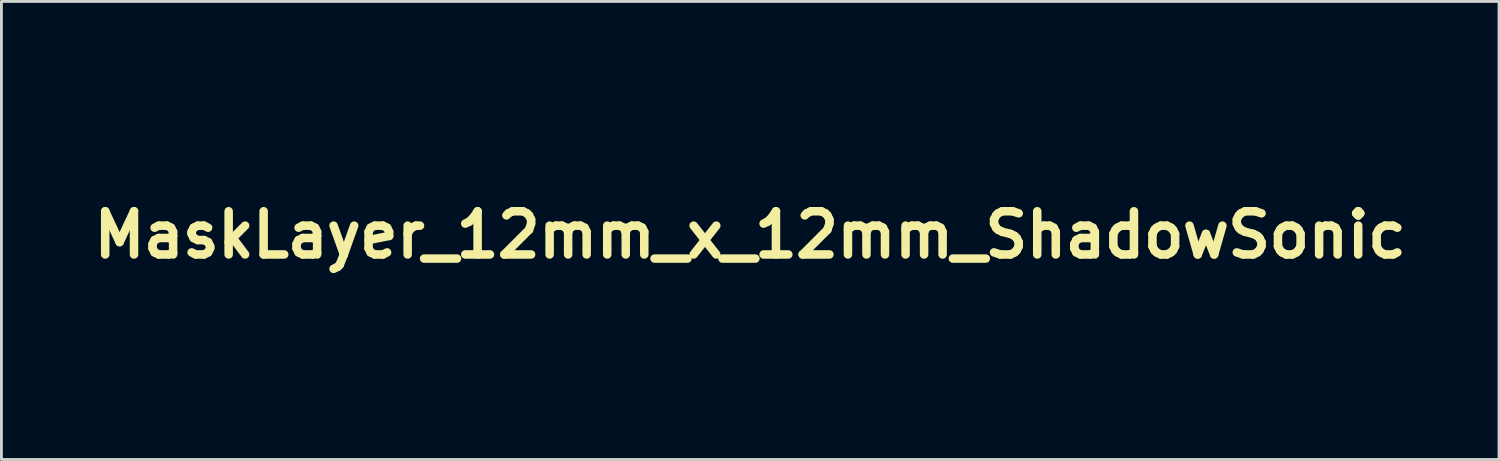
<source format=kicad_pcb>
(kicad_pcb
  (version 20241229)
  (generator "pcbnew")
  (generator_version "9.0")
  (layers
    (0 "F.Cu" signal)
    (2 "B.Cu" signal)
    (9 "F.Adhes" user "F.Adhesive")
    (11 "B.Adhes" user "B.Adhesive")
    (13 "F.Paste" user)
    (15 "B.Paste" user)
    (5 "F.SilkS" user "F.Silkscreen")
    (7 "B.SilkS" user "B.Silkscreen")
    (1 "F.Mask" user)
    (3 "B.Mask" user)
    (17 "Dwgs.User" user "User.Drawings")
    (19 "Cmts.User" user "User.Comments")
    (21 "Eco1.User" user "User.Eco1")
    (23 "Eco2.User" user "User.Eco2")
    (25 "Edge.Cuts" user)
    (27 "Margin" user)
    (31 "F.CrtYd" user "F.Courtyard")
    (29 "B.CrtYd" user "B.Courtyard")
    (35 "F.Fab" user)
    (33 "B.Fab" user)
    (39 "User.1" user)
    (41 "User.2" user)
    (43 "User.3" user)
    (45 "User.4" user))
  (footprint "MaskLayer_12mm_x_12mm_ShadowSonic"
    (layer "F.Cu")
    (at 23.412 5.236)
    (property "Reference" "MaskLayer_12mm_x_12mm_ShadowSonic" (at 0 0 0) (layer "F.SilkS") (effects (font (size 1.524 1.524) (thickness 0.3))))
    (attr through_hole)
    (fp_poly (pts (xy -0.349 -1.064) (xy -0.365 -1.048) (xy -0.381 -1.064) (xy -0.365 -1.079) (xy -0.349 -1.064)) (stroke (width 0.01) (type solid)) (fill yes) (layer "F.Mask"))
    (fp_poly (pts (xy -0.349 0.27) (xy -0.365 0.286) (xy -0.381 0.27) (xy -0.365 0.254) (xy -0.349 0.27)) (stroke (width 0.01) (type solid)) (fill yes) (layer "F.Mask"))
    (fp_poly (pts (xy 0.635 1.54) (xy 0.619 1.556) (xy 0.603 1.54) (xy 0.619 1.524) (xy 0.635 1.54)) (stroke (width 0.01) (type solid)) (fill yes) (layer "F.Mask"))
    (fp_poly (pts (xy -0.677 -0.243) (xy -0.674 -0.206) (xy -0.677 -0.201) (xy -0.696 -0.205) (xy -0.699 -0.222) (xy -0.687 -0.248) (xy -0.677 -0.243)) (stroke (width 0.01) (type solid)) (fill yes) (layer "F.Mask"))
    (fp_poly (pts (xy 0.344 1.283) (xy 0.378 1.315) (xy 0.371 1.333) (xy 0.367 1.333) (xy 0.34 1.311) (xy 0.33 1.297) (xy 0.327 1.275) (xy 0.344 1.283)) (stroke (width 0.01) (type solid)) (fill yes) (layer "F.Mask"))
    (fp_poly (pts (xy -0.516 -0.683) (xy -0.508 -0.667) (xy -0.513 -0.639) (xy -0.54 -0.647) (xy -0.572 -0.667) (xy -0.601 -0.691) (xy -0.571 -0.698) (xy -0.564 -0.698) (xy -0.516 -0.683)) (stroke (width 0.01) (type solid)) (fill yes) (layer "F.Mask"))
    (fp_poly (pts (xy -0.196 -1.135) (xy -0.151 -1.114) (xy -0.15 -1.089) (xy -0.169 -1.052) (xy -0.195 -1.065) (xy -0.221 -1.094) (xy -0.24 -1.128) (xy -0.205 -1.135) (xy -0.196 -1.135)) (stroke (width 0.01) (type solid)) (fill yes) (layer "F.Mask"))
    (fp_poly (pts (xy 0.507 -0.135) (xy 0.508 -0.127) (xy 0.484 -0.096) (xy 0.476 -0.095) (xy 0.445 -0.119) (xy 0.445 -0.127) (xy 0.469 -0.158) (xy 0.476 -0.159) (xy 0.507 -0.135)) (stroke (width 0.01) (type solid)) (fill yes) (layer "F.Mask"))
    (fp_poly (pts (xy -0.764 -1.278) (xy -0.765 -1.27) (xy -0.778 -1.202) (xy -0.794 -1.159) (xy -0.821 -1.095) (xy -0.823 -1.159) (xy -0.809 -1.237) (xy -0.794 -1.27) (xy -0.769 -1.302) (xy -0.764 -1.278)) (stroke (width 0.01) (type solid)) (fill yes) (layer "F.Mask"))
    (fp_poly (pts (xy -0.032 -0.832) (xy -0.02 -0.81) (xy -0.008 -0.77) (xy -0.009 -0.765) (xy -0.04 -0.777) (xy -0.056 -0.783) (xy -0.09 -0.814) (xy -0.09 -0.848) (xy -0.067 -0.857) (xy -0.032 -0.832)) (stroke (width 0.01) (type solid)) (fill yes) (layer "F.Mask"))
    (fp_poly (pts (xy -3.207 3.61) (xy -3.155 3.635) (xy -3.143 3.655) (xy -3.15 3.68) (xy -3.151 3.679) (xy -3.184 3.669) (xy -3.215 3.661) (xy -3.262 3.636) (xy -3.27 3.62) (xy -3.245 3.606) (xy -3.207 3.61)) (stroke (width 0.01) (type solid)) (fill yes) (layer "F.Mask"))
    (fp_poly (pts (xy -0.191 0.531) (xy -0.162 0.562) (xy -0.171 0.595) (xy -0.188 0.588) (xy -0.191 0.569) (xy -0.197 0.54) (xy -0.219 0.567) (xy -0.251 0.59) (xy -0.266 0.578) (xy -0.259 0.542) (xy -0.239 0.529) (xy -0.191 0.531)) (stroke (width 0.01) (type solid)) (fill yes) (layer "F.Mask"))
    (fp_poly (pts (xy -0.132 -0.705) (xy -0.085 -0.68) (xy -0.053 -0.685) (xy -0.009 -0.688) (xy 0 -0.674) (xy -0.026 -0.643) (xy -0.082 -0.622) (xy -0.132 -0.622) (xy -0.141 -0.628) (xy -0.157 -0.672) (xy -0.158 -0.696) (xy -0.151 -0.727) (xy -0.132 -0.705)) (stroke (width 0.01) (type solid)) (fill yes) (layer "F.Mask"))
    (fp_poly (pts (xy -0.485 -0.59) (xy -0.481 -0.556) (xy -0.514 -0.529) (xy -0.557 -0.529) (xy -0.597 -0.527) (xy -0.603 -0.511) (xy -0.625 -0.478) (xy -0.635 -0.476) (xy -0.666 -0.501) (xy -0.667 -0.509) (xy -0.641 -0.54) (xy -0.583 -0.573) (xy -0.521 -0.593) (xy -0.485 -0.59)) (stroke (width 0.01) (type solid)) (fill yes) (layer "F.Mask"))
    (fp_poly (pts (xy -2.754 3.961) (xy -2.682 4.023) (xy -2.611 4.106) (xy -2.554 4.195) (xy -2.522 4.274) (xy -2.526 4.321) (xy -2.559 4.347) (xy -2.609 4.332) (xy -2.679 4.283) (xy -2.752 4.21) (xy -2.81 4.126) (xy -2.846 4.043) (xy -2.855 3.976) (xy -2.833 3.94) (xy -2.816 3.937) (xy -2.754 3.961)) (stroke (width 0.01) (type solid)) (fill yes) (layer "F.Mask"))
    (fp_poly (pts (xy -0.126 -0.248) (xy -0.102 -0.232) (xy -0.026 -0.154) (xy 0.057 -0.038) (xy 0.133 0.094) (xy 0.19 0.219) (xy 0.212 0.296) (xy 0.22 0.373) (xy 0.206 0.406) (xy 0.163 0.413) (xy 0.103 0.391) (xy 0.025 0.334) (xy -0.017 0.294) (xy -0.095 0.197) (xy -0.171 0.08) (xy -0.235 -0.039) (xy -0.276 -0.141) (xy -0.286 -0.193) (xy -0.262 -0.25) (xy -0.203 -0.27) (xy -0.126 -0.248)) (stroke (width 0.01) (type solid)) (fill yes) (layer "F.Mask"))
    (fp_poly (pts (xy -3.321 3.562) (xy -3.31 3.627) (xy -3.314 3.655) (xy -3.318 3.722) (xy -3.299 3.747) (xy -3.283 3.726) (xy -3.289 3.709) (xy -3.291 3.686) (xy -3.257 3.693) (xy -3.2 3.712) (xy -3.18 3.715) (xy -3.183 3.729) (xy -3.204 3.744) (xy -3.246 3.797) (xy -3.26 3.865) (xy -3.241 3.919) (xy -3.233 3.924) (xy -3.212 3.928) (xy -3.219 3.91) (xy -3.224 3.856) (xy -3.209 3.818) (xy -3.187 3.79) (xy -3.178 3.813) (xy -3.176 3.864) (xy -3.186 3.949) (xy -3.214 3.985) (xy -3.252 3.965) (xy -3.27 3.937) (xy -3.29 3.874) (xy -3.286 3.841) (xy -3.288 3.812) (xy -3.299 3.81) (xy -3.326 3.783) (xy -3.356 3.717) (xy -3.382 3.638) (xy -3.385 3.619) (xy -3.365 3.619) (xy -3.354 3.646) (xy -3.344 3.641) (xy -3.341 3.603) (xy -3.344 3.598) (xy -3.363 3.603) (xy -3.365 3.619) (xy -3.385 3.619) (xy -3.394 3.569) (xy -3.389 3.537) (xy -3.35 3.526) (xy -3.321 3.562)) (stroke (width 0.01) (type solid)) (fill yes) (layer "F.Mask"))
    (fp_poly (pts (xy -4.698 2.498) (xy -4.626 2.556) (xy -4.525 2.645) (xy -4.401 2.758) (xy -4.263 2.888) (xy -4.261 2.89) (xy -4.121 3.022) (xy -3.992 3.138) (xy -3.883 3.232) (xy -3.803 3.295) (xy -3.76 3.321) (xy -3.716 3.345) (xy -3.684 3.401) (xy -3.656 3.503) (xy -3.651 3.527) (xy -3.576 3.754) (xy -3.446 3.994) (xy -3.268 4.24) (xy -3.047 4.481) (xy -2.929 4.594) (xy -2.818 4.694) (xy -2.727 4.772) (xy -2.67 4.813) (xy -2.599 4.864) (xy -2.572 4.901) (xy -2.594 4.918) (xy -2.611 4.917) (xy -2.664 4.91) (xy -2.755 4.897) (xy -2.81 4.888) (xy -2.942 4.872) (xy -3.081 4.862) (xy -3.119 4.861) (xy -3.201 4.854) (xy -3.27 4.834) (xy -3.344 4.789) (xy -3.441 4.712) (xy -3.466 4.691) (xy -3.637 4.529) (xy -3.815 4.33) (xy -3.993 4.105) (xy -4.166 3.862) (xy -4.328 3.611) (xy -4.473 3.363) (xy -4.594 3.126) (xy -4.685 2.91) (xy -4.741 2.725) (xy -4.754 2.649) (xy -4.76 2.542) (xy -4.751 2.488) (xy -4.732 2.477) (xy -4.698 2.498)) (stroke (width 0.01) (type solid)) (fill yes) (layer "F.Mask"))
    (fp_poly (pts (xy 0.753 0.187) (xy 0.781 0.259) (xy 0.808 0.356) (xy 0.829 0.46) (xy 0.835 0.5) (xy 0.836 0.57) (xy 0.822 0.603) (xy 0.82 0.603) (xy 0.795 0.578) (xy 0.794 0.566) (xy 0.782 0.543) (xy 0.775 0.548) (xy 0.778 0.584) (xy 0.809 0.646) (xy 0.81 0.647) (xy 0.844 0.716) (xy 0.85 0.767) (xy 0.83 0.764) (xy 0.793 0.715) (xy 0.764 0.664) (xy 0.727 0.576) (xy 0.703 0.492) (xy 0.73 0.492) (xy 0.746 0.508) (xy 0.762 0.492) (xy 0.746 0.476) (xy 0.73 0.492) (xy 0.703 0.492) (xy 0.699 0.477) (xy 0.683 0.384) (xy 0.683 0.363) (xy 0.73 0.363) (xy 0.747 0.407) (xy 0.762 0.413) (xy 0.793 0.39) (xy 0.794 0.383) (xy 0.771 0.34) (xy 0.762 0.333) (xy 0.735 0.341) (xy 0.73 0.363) (xy 0.683 0.363) (xy 0.681 0.312) (xy 0.695 0.276) (xy 0.712 0.278) (xy 0.724 0.275) (xy 0.707 0.249) (xy 0.69 0.206) (xy 0.699 0.206) (xy 0.714 0.222) (xy 0.73 0.206) (xy 0.714 0.191) (xy 0.699 0.206) (xy 0.69 0.206) (xy 0.685 0.195) (xy 0.711 0.162) (xy 0.73 0.159) (xy 0.753 0.187)) (stroke (width 0.01) (type solid)) (fill yes) (layer "F.Mask"))
    (fp_poly (pts (xy -2.46 3.898) (xy -2.394 3.928) (xy -2.34 3.963) (xy -2.331 3.972) (xy -2.271 4.018) (xy -2.227 4.032) (xy -2.201 4.025) (xy -2.227 3.995) (xy -2.24 3.985) (xy -2.282 3.951) (xy -2.272 3.948) (xy -2.236 3.961) (xy -2.176 3.999) (xy -2.1 4.066) (xy -2.068 4.101) (xy -2.003 4.189) (xy -2.001 4.193) (xy -2.019 4.203) (xy -2.04 4.218) (xy -2.074 4.266) (xy -2.069 4.307) (xy -2.041 4.318) (xy -2.038 4.302) (xy -2.042 4.297) (xy -2.043 4.259) (xy -2.024 4.226) (xy -2.001 4.194) (xy -1.981 4.257) (xy -1.986 4.295) (xy -1.987 4.363) (xy -1.95 4.394) (xy -1.915 4.402) (xy -1.93 4.374) (xy -1.93 4.373) (xy -1.947 4.314) (xy -1.938 4.289) (xy -1.914 4.268) (xy -1.893 4.306) (xy -1.892 4.309) (xy -1.885 4.38) (xy -1.9 4.445) (xy -1.931 4.476) (xy -1.935 4.477) (xy -1.964 4.454) (xy -2.021 4.392) (xy -2.097 4.304) (xy -2.128 4.267) (xy -2.224 4.157) (xy -2.269 4.111) (xy -2.172 4.111) (xy -2.172 4.143) (xy -2.169 4.157) (xy -2.149 4.214) (xy -2.127 4.214) (xy -2.114 4.195) (xy -2.12 4.154) (xy -2.141 4.129) (xy -2.172 4.111) (xy -2.269 4.111) (xy -2.323 4.057) (xy -2.406 3.986) (xy -2.419 3.977) (xy -2.491 3.928) (xy -2.534 3.896) (xy -2.54 3.89) (xy -2.516 3.882) (xy -2.46 3.898)) (stroke (width 0.01) (type solid)) (fill yes) (layer "F.Mask"))
    (fp_poly (pts (xy 3.803 -0.692) (xy 4.054 -0.606) (xy 4.099 -0.585) (xy 4.277 -0.469) (xy 4.397 -0.325) (xy 4.462 -0.152) (xy 4.471 0.052) (xy 4.468 0.084) (xy 4.45 0.196) (xy 4.417 0.254) (xy 4.357 0.265) (xy 4.258 0.236) (xy 4.226 0.224) (xy 4.069 0.182) (xy 3.879 0.163) (xy 3.684 0.167) (xy 3.54 0.188) (xy 3.489 0.202) (xy 3.485 0.212) (xy 3.534 0.223) (xy 3.602 0.235) (xy 3.771 0.272) (xy 3.936 0.328) (xy 4.078 0.393) (xy 4.178 0.46) (xy 4.185 0.467) (xy 4.234 0.528) (xy 4.251 0.594) (xy 4.246 0.688) (xy 4.221 0.815) (xy 4.174 0.887) (xy 4.098 0.91) (xy 3.995 0.895) (xy 3.883 0.879) (xy 3.747 0.875) (xy 3.671 0.879) (xy 3.484 0.899) (xy 3.576 0.945) (xy 3.703 1.027) (xy 3.794 1.122) (xy 3.839 1.216) (xy 3.842 1.242) (xy 3.834 1.343) (xy 3.802 1.4) (xy 3.732 1.424) (xy 3.637 1.429) (xy 3.54 1.432) (xy 3.471 1.441) (xy 3.452 1.448) (xy 3.461 1.479) (xy 3.506 1.53) (xy 3.517 1.539) (xy 3.561 1.586) (xy 3.578 1.635) (xy 3.562 1.694) (xy 3.511 1.773) (xy 3.421 1.881) (xy 3.335 1.976) (xy 3.252 2.06) (xy 3.144 2.16) (xy 3.021 2.266) (xy 2.895 2.371) (xy 2.775 2.465) (xy 2.673 2.541) (xy 2.598 2.59) (xy 2.565 2.603) (xy 2.569 2.577) (xy 2.596 2.506) (xy 2.641 2.401) (xy 2.684 2.31) (xy 2.83 1.949) (xy 2.947 1.537) (xy 3.032 1.095) (xy 3.065 0.834) (xy 3.076 0.619) (xy 3.063 0.436) (xy 3.023 0.27) (xy 2.956 0.107) (xy 2.859 -0.064) (xy 2.733 -0.27) (xy 2.88 -0.407) (xy 3.096 -0.572) (xy 3.323 -0.675) (xy 3.559 -0.715) (xy 3.803 -0.692)) (stroke (width 0.01) (type solid)) (fill yes) (layer "F.Mask"))
    (fp_poly (pts (xy -1.229 -5.18) (xy -0.987 -5.068) (xy -0.751 -4.897) (xy -0.524 -4.672) (xy -0.307 -4.393) (xy -0.104 -4.063) (xy 0.084 -3.686) (xy 0.185 -3.445) (xy 0.283 -3.193) (xy 0.368 -2.96) (xy 0.445 -2.734) (xy 0.516 -2.504) (xy 0.586 -2.256) (xy 0.658 -1.98) (xy 0.736 -1.662) (xy 0.802 -1.381) (xy 0.85 -1.172) (xy 0.885 -1.008) (xy 0.909 -0.873) (xy 0.923 -0.75) (xy 0.931 -0.622) (xy 0.935 -0.473) (xy 0.935 -0.326) (xy 0.933 -0.121) (xy 0.926 0.037) (xy 0.916 0.143) (xy 0.901 0.191) (xy 0.901 0.191) (xy 0.875 0.189) (xy 0.833 0.14) (xy 0.773 0.04) (xy 0.715 -0.07) (xy 0.484 -0.503) (xy 0.269 -0.876) (xy 0.069 -1.188) (xy -0.118 -1.441) (xy -0.291 -1.634) (xy -0.451 -1.769) (xy -0.598 -1.847) (xy -0.734 -1.867) (xy -0.859 -1.83) (xy -0.974 -1.738) (xy -0.98 -1.73) (xy -1.06 -1.617) (xy -1.113 -1.483) (xy -1.145 -1.315) (xy -1.157 -1.1) (xy -1.158 -1.048) (xy -1.149 -0.822) (xy -1.119 -0.61) (xy -1.062 -0.398) (xy -0.975 -0.17) (xy -0.853 0.09) (xy -0.826 0.143) (xy -0.537 0.659) (xy -0.22 1.126) (xy 0.133 1.554) (xy 0.147 1.57) (xy 0.32 1.761) (xy 0.455 1.912) (xy 0.555 2.031) (xy 0.626 2.125) (xy 0.672 2.199) (xy 0.698 2.26) (xy 0.71 2.316) (xy 0.711 2.364) (xy 0.68 2.54) (xy 0.598 2.728) (xy 0.472 2.914) (xy 0.352 3.046) (xy 0.198 3.179) (xy 0.028 3.293) (xy -0.172 3.396) (xy -0.417 3.497) (xy -0.492 3.524) (xy -0.753 3.628) (xy -1.006 3.746) (xy -1.238 3.871) (xy -1.434 3.995) (xy -1.562 4.095) (xy -1.649 4.171) (xy -1.716 4.228) (xy -1.75 4.254) (xy -1.752 4.255) (xy -1.776 4.232) (xy -1.827 4.172) (xy -1.882 4.104) (xy -1.999 3.953) (xy -1.928 3.906) (xy -1.754 3.755) (xy -1.634 3.573) (xy -1.57 3.362) (xy -1.562 3.128) (xy -1.588 2.96) (xy -1.612 2.893) (xy -1.659 2.779) (xy -1.726 2.629) (xy -1.808 2.453) (xy -1.9 2.263) (xy -1.938 2.187) (xy -2.232 1.579) (xy -2.488 1.013) (xy -2.707 0.484) (xy -2.891 -0.015) (xy -3.041 -0.489) (xy -3.161 -0.944) (xy -3.252 -1.386) (xy -3.317 -1.821) (xy -3.318 -1.835) (xy -3.359 -2.366) (xy -3.353 -2.862) (xy -3.3 -3.323) (xy -3.202 -3.746) (xy -3.059 -4.13) (xy -2.872 -4.472) (xy -2.64 -4.77) (xy -2.529 -4.882) (xy -2.304 -5.052) (xy -2.048 -5.168) (xy -1.766 -5.228) (xy -1.474 -5.231) (xy -1.229 -5.18)) (stroke (width 0.01) (type solid)) (fill yes) (layer "F.Mask"))
    (fp_poly (pts (xy -3.067 3.697) (xy -3.077 3.703) (xy -3.094 3.742) (xy -3.092 3.801) (xy -3.093 3.892) (xy -3.115 3.976) (xy -3.136 4.048) (xy -3.12 4.096) (xy -3.097 4.122) (xy -3.058 4.157) (xy -3.057 4.144) (xy -3.074 4.11) (xy -3.09 4.041) (xy -3.081 4.002) (xy -3.054 3.993) (xy -3.01 4.03) (xy -2.943 4.115) (xy -2.886 4.202) (xy -2.853 4.27) (xy -2.849 4.301) (xy -2.851 4.317) (xy -2.842 4.31) (xy -2.799 4.307) (xy -2.773 4.322) (xy -2.747 4.364) (xy -2.767 4.403) (xy -2.787 4.451) (xy -2.763 4.486) (xy -2.734 4.506) (xy -2.739 4.474) (xy -2.741 4.469) (xy -2.746 4.422) (xy -2.712 4.422) (xy -2.644 4.47) (xy -2.632 4.48) (xy -2.56 4.539) (xy -2.465 4.612) (xy -2.422 4.643) (xy -2.35 4.703) (xy -2.31 4.752) (xy -2.307 4.771) (xy -2.299 4.787) (xy -2.258 4.78) (xy -2.204 4.775) (xy -2.191 4.792) (xy -2.215 4.823) (xy -2.279 4.822) (xy -2.372 4.791) (xy -2.48 4.733) (xy -2.505 4.717) (xy -2.642 4.619) (xy -2.761 4.526) (xy -2.688 4.526) (xy -2.673 4.567) (xy -2.662 4.572) (xy -2.651 4.562) (xy -2.603 4.562) (xy -2.581 4.596) (xy -2.526 4.65) (xy -2.46 4.707) (xy -2.4 4.75) (xy -2.372 4.762) (xy -2.376 4.744) (xy -2.418 4.7) (xy -2.435 4.684) (xy -2.523 4.607) (xy -2.574 4.565) (xy -2.597 4.552) (xy -2.603 4.559) (xy -2.603 4.562) (xy -2.651 4.562) (xy -2.636 4.548) (xy -2.635 4.542) (xy -2.658 4.498) (xy -2.662 4.496) (xy -2.685 4.506) (xy -2.688 4.526) (xy -2.761 4.526) (xy -2.766 4.522) (xy -2.865 4.435) (xy -2.887 4.411) (xy -2.85 4.411) (xy -2.845 4.413) (xy -2.816 4.391) (xy -2.81 4.381) (xy -2.802 4.352) (xy -2.806 4.35) (xy -2.835 4.372) (xy -2.842 4.381) (xy -2.85 4.411) (xy -2.887 4.411) (xy -2.929 4.366) (xy -2.921 4.366) (xy -2.905 4.381) (xy -2.889 4.366) (xy -2.905 4.35) (xy -2.921 4.366) (xy -2.929 4.366) (xy -2.93 4.365) (xy -2.952 4.324) (xy -2.972 4.299) (xy -2.988 4.304) (xy -3.006 4.305) (xy -2.992 4.27) (xy -2.921 4.27) (xy -2.905 4.286) (xy -2.889 4.27) (xy -2.905 4.255) (xy -2.921 4.27) (xy -2.992 4.27) (xy -2.987 4.258) (xy -2.973 4.193) (xy -2.984 4.122) (xy -3.013 4.073) (xy -3.034 4.064) (xy -3.034 4.087) (xy -3.014 4.131) (xy -2.991 4.2) (xy -3.006 4.229) (xy -3.05 4.217) (xy -3.11 4.163) (xy -3.125 4.143) (xy -3.177 4.068) (xy -3.191 4.021) (xy -3.172 3.981) (xy -3.17 3.978) (xy -3.141 3.912) (xy -3.127 3.821) (xy -3.127 3.816) (xy -3.117 3.736) (xy -3.09 3.697) (xy -3.087 3.696) (xy -3.067 3.697)) (stroke (width 0.01) (type solid)) (fill yes) (layer "F.Mask"))
    (fp_poly (pts (xy -0.001 0.596) (xy 0 0.604) (xy 0.021 0.659) (xy 0.077 0.746) (xy 0.159 0.853) (xy 0.256 0.967) (xy 0.359 1.077) (xy 0.454 1.167) (xy 0.563 1.242) (xy 0.667 1.269) (xy 0.685 1.27) (xy 0.797 1.27) (xy 0.791 1.556) (xy 0.787 1.692) (xy 0.78 1.773) (xy 0.768 1.81) (xy 0.75 1.812) (xy 0.741 1.806) (xy 0.694 1.784) (xy 0.676 1.79) (xy 0.682 1.821) (xy 0.713 1.853) (xy 0.754 1.898) (xy 0.758 1.927) (xy 0.732 1.922) (xy 0.675 1.879) (xy 0.598 1.807) (xy 0.583 1.792) (xy 0.483 1.688) (xy 0.426 1.623) (xy 0.412 1.593) (xy 0.493 1.593) (xy 0.496 1.629) (xy 0.534 1.684) (xy 0.537 1.687) (xy 0.584 1.745) (xy 0.603 1.784) (xy 0.615 1.81) (xy 0.616 1.81) (xy 0.624 1.783) (xy 0.624 1.73) (xy 0.608 1.671) (xy 0.582 1.651) (xy 0.579 1.649) (xy 0.671 1.649) (xy 0.672 1.713) (xy 0.704 1.756) (xy 0.706 1.757) (xy 0.745 1.773) (xy 0.749 1.775) (xy 0.751 1.748) (xy 0.754 1.672) (xy 0.756 1.563) (xy 0.757 1.54) (xy 0.756 1.426) (xy 0.748 1.342) (xy 0.736 1.303) (xy 0.734 1.302) (xy 0.72 1.33) (xy 0.719 1.401) (xy 0.722 1.44) (xy 0.725 1.539) (xy 0.708 1.596) (xy 0.702 1.601) (xy 0.671 1.649) (xy 0.579 1.649) (xy 0.539 1.626) (xy 0.531 1.611) (xy 0.505 1.588) (xy 0.493 1.593) (xy 0.412 1.593) (xy 0.409 1.587) (xy 0.43 1.573) (xy 0.487 1.573) (xy 0.525 1.576) (xy 0.612 1.581) (xy 0.654 1.569) (xy 0.666 1.535) (xy 0.667 1.514) (xy 0.646 1.454) (xy 0.595 1.44) (xy 0.53 1.472) (xy 0.506 1.495) (xy 0.445 1.537) (xy 0.401 1.544) (xy 0.342 1.516) (xy 0.278 1.461) (xy 0.228 1.397) (xy 0.222 1.383) (xy 0.26 1.383) (xy 0.293 1.43) (xy 0.351 1.458) (xy 0.372 1.46) (xy 0.426 1.455) (xy 0.426 1.431) (xy 0.413 1.413) (xy 0.391 1.373) (xy 0.409 1.365) (xy 0.44 1.339) (xy 0.445 1.316) (xy 0.45 1.284) (xy 0.479 1.292) (xy 0.515 1.316) (xy 0.593 1.357) (xy 0.648 1.361) (xy 0.667 1.332) (xy 0.647 1.314) (xy 0.631 1.32) (xy 0.586 1.323) (xy 0.576 1.314) (xy 0.532 1.273) (xy 0.475 1.241) (xy 0.428 1.229) (xy 0.413 1.24) (xy 0.388 1.26) (xy 0.349 1.254) (xy 0.298 1.246) (xy 0.29 1.273) (xy 0.319 1.336) (xy 0.335 1.386) (xy 0.319 1.397) (xy 0.288 1.372) (xy 0.286 1.36) (xy 0.275 1.336) (xy 0.269 1.34) (xy 0.26 1.383) (xy 0.222 1.383) (xy 0.206 1.343) (xy 0.21 1.328) (xy 0.213 1.307) (xy 0.199 1.312) (xy 0.16 1.304) (xy 0.115 1.255) (xy 0.074 1.189) (xy 0.069 1.161) (xy 0.1 1.154) (xy 0.111 1.154) (xy 0.153 1.176) (xy 0.159 1.196) (xy 0.179 1.235) (xy 0.193 1.238) (xy 0.216 1.213) (xy 0.215 1.183) (xy 0.183 1.137) (xy 0.156 1.13) (xy 0.121 1.111) (xy 0.108 1.042) (xy 0.108 1.024) (xy 0.091 0.927) (xy 0.088 0.922) (xy 0.128 0.922) (xy 0.148 0.978) (xy 0.198 1.051) (xy 0.261 1.121) (xy 0.319 1.167) (xy 0.342 1.174) (xy 0.348 1.156) (xy 0.314 1.109) (xy 0.292 1.085) (xy 0.223 1.011) (xy 0.17 0.944) (xy 0.165 0.934) (xy 0.137 0.897) (xy 0.128 0.917) (xy 0.128 0.922) (xy 0.088 0.922) (xy 0.054 0.874) (xy 0.01 0.831) (xy 0 0.809) (xy 0.02 0.809) (xy 0.064 0.841) (xy 0.111 0.877) (xy 0.124 0.87) (xy 0.103 0.827) (xy 0.052 0.757) (xy 0.03 0.731) (xy -0.039 0.643) (xy -0.061 0.591) (xy -0.04 0.572) (xy -0.032 0.572) (xy -0.001 0.596)) (stroke (width 0.01) (type solid)) (fill yes) (layer "F.Mask"))
    (fp_poly (pts (xy -0.447 -1.433) (xy -0.386 -1.406) (xy -0.312 -1.359) (xy -0.22 -1.285) (xy -0.124 -1.196) (xy -0.036 -1.106) (xy 0.03 -1.026) (xy 0.062 -0.97) (xy 0.064 -0.962) (xy 0.081 -0.924) (xy 0.092 -0.921) (xy 0.112 -0.894) (xy 0.116 -0.841) (xy 0.101 -0.776) (xy 0.072 -0.767) (xy 0.045 -0.797) (xy 0.048 -0.842) (xy 0.063 -0.857) (xy 0.083 -0.888) (xy 0.07 -0.901) (xy 0.033 -0.896) (xy 0.024 -0.881) (xy 0.003 -0.857) (xy -0.039 -0.882) (xy -0.081 -0.905) (xy -0.106 -0.874) (xy -0.108 -0.87) (xy -0.128 -0.834) (xy -0.158 -0.845) (xy -0.186 -0.869) (xy -0.263 -0.914) (xy -0.33 -0.911) (xy -0.371 -0.86) (xy -0.372 -0.857) (xy -0.395 -0.814) (xy -0.429 -0.826) (xy -0.469 -0.838) (xy -0.487 -0.81) (xy -0.528 -0.768) (xy -0.552 -0.762) (xy -0.58 -0.773) (xy -0.578 -0.816) (xy -0.564 -0.865) (xy -0.538 -0.948) (xy -0.521 -1.006) (xy -0.52 -1.008) (xy -0.484 -1.044) (xy -0.462 -1.048) (xy -0.429 -1.026) (xy -0.432 -1.003) (xy -0.432 -0.954) (xy -0.421 -0.942) (xy -0.371 -0.94) (xy -0.33 -0.986) (xy -0.312 -1.066) (xy -0.312 -1.067) (xy -0.312 -1.167) (xy -0.321 -1.22) (xy -0.343 -1.237) (xy -0.353 -1.238) (xy -0.374 -1.215) (xy -0.37 -1.191) (xy -0.374 -1.152) (xy -0.417 -1.143) (xy -0.464 -1.154) (xy -0.468 -1.2) (xy -0.464 -1.219) (xy -0.463 -1.255) (xy -0.275 -1.255) (xy -0.253 -1.227) (xy -0.225 -1.231) (xy -0.193 -1.239) (xy -0.203 -1.216) (xy -0.226 -1.188) (xy -0.273 -1.111) (xy -0.269 -1.056) (xy -0.217 -1.034) (xy -0.191 -1.035) (xy -0.102 -1.019) (xy -0.063 -0.983) (xy -0.016 -0.933) (xy 0.014 -0.924) (xy 0.015 -0.958) (xy 0.011 -0.968) (xy -0.021 -1.01) (xy -0.037 -1.016) (xy -0.052 -1.036) (xy -0.045 -1.053) (xy -0.041 -1.075) (xy -0.055 -1.069) (xy -0.087 -1.078) (xy -0.105 -1.115) (xy -0.133 -1.161) (xy -0.162 -1.157) (xy -0.188 -1.153) (xy -0.181 -1.185) (xy -0.188 -1.242) (xy -0.218 -1.268) (xy -0.264 -1.281) (xy -0.275 -1.255) (xy -0.463 -1.255) (xy -0.462 -1.281) (xy -0.505 -1.31) (xy -0.508 -1.311) (xy -0.551 -1.313) (xy -0.554 -1.299) (xy -0.56 -1.272) (xy -0.572 -1.27) (xy -0.598 -1.247) (xy -0.596 -1.231) (xy -0.6 -1.176) (xy -0.624 -1.112) (xy -0.646 -1.052) (xy -0.64 -1.023) (xy -0.629 -0.99) (xy -0.631 -0.914) (xy -0.637 -0.864) (xy -0.648 -0.772) (xy -0.65 -0.707) (xy -0.647 -0.693) (xy -0.656 -0.659) (xy -0.669 -0.65) (xy -0.688 -0.602) (xy -0.686 -0.501) (xy -0.682 -0.473) (xy -0.674 -0.369) (xy -0.682 -0.322) (xy -0.703 -0.33) (xy -0.733 -0.39) (xy -0.768 -0.499) (xy -0.776 -0.534) (xy -0.801 -0.664) (xy -0.815 -0.795) (xy -0.818 -0.914) (xy -0.81 -1.006) (xy -0.79 -1.056) (xy -0.778 -1.061) (xy -0.748 -1.033) (xy -0.738 -0.998) (xy -0.735 -0.956) (xy -0.746 -0.972) (xy -0.758 -1) (xy -0.776 -1.028) (xy -0.785 -1.005) (xy -0.788 -0.937) (xy -0.785 -0.803) (xy -0.774 -0.701) (xy -0.757 -0.64) (xy -0.735 -0.629) (xy -0.728 -0.637) (xy -0.706 -0.704) (xy -0.701 -0.762) (xy -0.705 -0.815) (xy -0.716 -0.808) (xy -0.73 -0.778) (xy -0.752 -0.742) (xy -0.76 -0.755) (xy -0.756 -0.803) (xy -0.74 -0.874) (xy -0.726 -0.918) (xy -0.707 -1.018) (xy -0.727 -1.102) (xy -0.749 -1.166) (xy -0.748 -1.199) (xy -0.726 -1.187) (xy -0.701 -1.14) (xy -0.678 -1.096) (xy -0.669 -1.113) (xy -0.669 -1.117) (xy -0.685 -1.176) (xy -0.701 -1.192) (xy -0.723 -1.237) (xy -0.72 -1.274) (xy -0.723 -1.322) (xy -0.741 -1.334) (xy -0.743 -1.348) (xy -0.735 -1.355) (xy -0.668 -1.355) (xy -0.64 -1.343) (xy -0.595 -1.359) (xy -0.588 -1.365) (xy -0.541 -1.387) (xy -0.486 -1.366) (xy -0.468 -1.355) (xy -0.399 -1.315) (xy -0.352 -1.303) (xy -0.338 -1.317) (xy -0.364 -1.353) (xy -0.425 -1.385) (xy -0.512 -1.404) (xy -0.598 -1.406) (xy -0.654 -1.388) (xy -0.655 -1.387) (xy -0.668 -1.355) (xy -0.735 -1.355) (xy -0.7 -1.385) (xy -0.683 -1.397) (xy -0.6 -1.444) (xy -0.53 -1.456) (xy -0.447 -1.433)) (stroke (width 0.01) (type solid)) (fill yes) (layer "F.Mask"))
    (fp_poly (pts (xy 0.18 -0.832) (xy 0.228 -0.763) (xy 0.289 -0.664) (xy 0.316 -0.619) (xy 0.38 -0.509) (xy 0.435 -0.422) (xy 0.471 -0.371) (xy 0.478 -0.364) (xy 0.503 -0.326) (xy 0.535 -0.252) (xy 0.542 -0.23) (xy 0.572 -0.15) (xy 0.599 -0.1) (xy 0.603 -0.095) (xy 0.632 -0.059) (xy 0.672 0.01) (xy 0.677 0.021) (xy 0.709 0.089) (xy 0.708 0.122) (xy 0.679 0.14) (xy 0.644 0.177) (xy 0.645 0.203) (xy 0.64 0.261) (xy 0.625 0.283) (xy 0.606 0.322) (xy 0.631 0.347) (xy 0.662 0.393) (xy 0.66 0.416) (xy 0.639 0.412) (xy 0.597 0.361) (xy 0.54 0.276) (xy 0.527 0.253) (xy 0.459 0.142) (xy 0.394 0.044) (xy 0.345 -0.019) (xy 0.344 -0.02) (xy 0.305 -0.08) (xy 0.315 -0.11) (xy 0.348 -0.153) (xy 0.349 -0.165) (xy 0.332 -0.179) (xy 0.304 -0.16) (xy 0.267 -0.145) (xy 0.233 -0.175) (xy 0.208 -0.219) (xy 0.207 -0.22) (xy 0.242 -0.22) (xy 0.244 -0.203) (xy 0.272 -0.174) (xy 0.294 -0.186) (xy 0.348 -0.205) (xy 0.369 -0.2) (xy 0.406 -0.204) (xy 0.409 -0.238) (xy 0.381 -0.27) (xy 0.324 -0.281) (xy 0.269 -0.26) (xy 0.242 -0.22) (xy 0.207 -0.22) (xy 0.154 -0.297) (xy 0.093 -0.35) (xy 0.092 -0.351) (xy 0.046 -0.398) (xy 0.046 -0.413) (xy 0.064 -0.413) (xy 0.091 -0.382) (xy 0.16 -0.36) (xy 0.248 -0.352) (xy 0.305 -0.358) (xy 0.373 -0.351) (xy 0.414 -0.296) (xy 0.429 -0.189) (xy 0.427 -0.103) (xy 0.428 -0.016) (xy 0.441 0.041) (xy 0.448 0.05) (xy 0.472 0.04) (xy 0.476 0.016) (xy 0.489 -0.02) (xy 0.503 -0.019) (xy 0.52 0.021) (xy 0.524 0.094) (xy 0.528 0.161) (xy 0.546 0.19) (xy 0.547 0.191) (xy 0.561 0.21) (xy 0.556 0.222) (xy 0.558 0.252) (xy 0.57 0.254) (xy 0.602 0.244) (xy 0.603 0.24) (xy 0.593 0.204) (xy 0.572 0.143) (xy 0.565 0.122) (xy 0.607 0.122) (xy 0.612 0.149) (xy 0.635 0.143) (xy 0.663 0.098) (xy 0.666 0.07) (xy 0.661 0.034) (xy 0.639 0.057) (xy 0.635 0.064) (xy 0.607 0.122) (xy 0.565 0.122) (xy 0.555 0.087) (xy 0.569 0.079) (xy 0.577 0.083) (xy 0.601 0.084) (xy 0.594 0.053) (xy 0.593 0.008) (xy 0.612 -0.001) (xy 0.621 -0.014) (xy 0.595 -0.034) (xy 0.549 -0.084) (xy 0.54 -0.118) (xy 0.527 -0.171) (xy 0.493 -0.244) (xy 0.45 -0.321) (xy 0.406 -0.386) (xy 0.371 -0.422) (xy 0.357 -0.42) (xy 0.319 -0.39) (xy 0.263 -0.381) (xy 0.209 -0.387) (xy 0.209 -0.411) (xy 0.222 -0.428) (xy 0.243 -0.475) (xy 0.212 -0.523) (xy 0.174 -0.555) (xy 0.294 -0.555) (xy 0.3 -0.542) (xy 0.331 -0.509) (xy 0.336 -0.532) (xy 0.328 -0.557) (xy 0.305 -0.592) (xy 0.295 -0.591) (xy 0.294 -0.555) (xy 0.174 -0.555) (xy 0.16 -0.566) (xy 0.142 -0.556) (xy 0.15 -0.508) (xy 0.147 -0.456) (xy 0.115 -0.445) (xy 0.07 -0.429) (xy 0.064 -0.413) (xy 0.046 -0.413) (xy 0.046 -0.435) (xy 0.046 -0.469) (xy 0.017 -0.465) (xy -0.033 -0.464) (xy -0.046 -0.474) (xy -0.093 -0.503) (xy -0.175 -0.522) (xy -0.262 -0.526) (xy -0.326 -0.513) (xy -0.332 -0.509) (xy -0.361 -0.463) (xy -0.382 -0.391) (xy -0.391 -0.317) (xy -0.386 -0.265) (xy -0.373 -0.254) (xy -0.36 -0.234) (xy -0.365 -0.223) (xy -0.367 -0.173) (xy -0.351 -0.13) (xy -0.336 -0.079) (xy -0.372 -0.051) (xy -0.387 -0.046) (xy -0.435 -0.026) (xy -0.425 -0.002) (xy -0.401 0.017) (xy -0.366 0.056) (xy -0.383 0.08) (xy -0.429 0.078) (xy -0.448 0.06) (xy -0.471 0.035) (xy -0.476 0.056) (xy -0.454 0.105) (xy -0.414 0.149) (xy -0.373 0.201) (xy -0.375 0.235) (xy -0.419 0.237) (xy -0.428 0.234) (xy -0.456 0.231) (xy -0.449 0.265) (xy -0.436 0.295) (xy -0.406 0.348) (xy -0.38 0.347) (xy -0.356 0.322) (xy -0.328 0.292) (xy -0.325 0.313) (xy -0.333 0.349) (xy -0.343 0.401) (xy -0.332 0.396) (xy -0.317 0.371) (xy -0.299 0.303) (xy -0.31 0.276) (xy -0.324 0.238) (xy -0.286 0.238) (xy -0.27 0.254) (xy -0.254 0.238) (xy -0.27 0.222) (xy -0.286 0.238) (xy -0.324 0.238) (xy -0.331 0.219) (xy -0.338 0.146) (xy -0.307 0.146) (xy -0.302 0.159) (xy -0.273 0.189) (xy -0.268 0.191) (xy -0.254 0.166) (xy -0.254 0.159) (xy -0.278 0.128) (xy -0.288 0.127) (xy -0.307 0.146) (xy -0.338 0.146) (xy -0.339 0.141) (xy -0.345 0.059) (xy -0.361 0.006) (xy -0.366 -0.027) (xy -0.354 -0.032) (xy -0.323 -0.005) (xy -0.281 0.059) (xy -0.241 0.139) (xy -0.213 0.213) (xy -0.209 0.258) (xy -0.21 0.259) (xy -0.205 0.285) (xy -0.197 0.286) (xy -0.166 0.312) (xy -0.132 0.373) (xy -0.108 0.431) (xy -0.113 0.435) (xy -0.146 0.397) (xy -0.182 0.354) (xy -0.188 0.363) (xy -0.176 0.405) (xy -0.171 0.461) (xy -0.201 0.476) (xy -0.234 0.456) (xy -0.23 0.405) (xy -0.224 0.357) (xy -0.233 0.351) (xy -0.254 0.394) (xy -0.262 0.431) (xy -0.284 0.505) (xy -0.298 0.535) (xy -0.3 0.592) (xy -0.274 0.629) (xy -0.235 0.661) (xy -0.222 0.646) (xy -0.222 0.634) (xy -0.217 0.604) (xy -0.194 0.63) (xy -0.191 0.635) (xy -0.169 0.663) (xy -0.158 0.654) (xy -0.15 0.599) (xy -0.146 0.542) (xy -0.117 0.493) (xy -0.099 0.483) (xy -0.07 0.487) (xy -0.072 0.536) (xy -0.076 0.552) (xy -0.072 0.659) (xy -0.048 0.709) (xy -0.019 0.769) (xy -0.019 0.802) (xy -0.015 0.838) (xy 0.019 0.902) (xy 0.03 0.919) (xy 0.078 1.014) (xy 0.079 1.079) (xy 0.049 1.132) (xy 0.016 1.139) (xy 0.000032 1.096) (xy 0 1.094) (xy 0.016 1.061) (xy 0.034 1.065) (xy 0.047 1.06) (xy 0.034 1.02) (xy 0.002 0.962) (xy -0.038 0.902) (xy -0.077 0.859) (xy -0.077 0.859) (xy -0.118 0.834) (xy -0.124 0.85) (xy -0.098 0.895) (xy -0.058 0.942) (xy -0.017 0.999) (xy -0.01 1.036) (xy -0.011 1.037) (xy -0.043 1.034) (xy -0.086 0.988) (xy -0.125 0.916) (xy -0.147 0.85) (xy -0.169 0.793) (xy -0.192 0.779) (xy -0.223 0.766) (xy -0.252 0.73) (xy -0.222 0.73) (xy -0.211 0.756) (xy -0.201 0.751) (xy -0.198 0.718) (xy -0.14 0.718) (xy -0.115 0.762) (xy -0.069 0.79) (xy -0.052 0.791) (xy -0.038 0.782) (xy -0.056 0.773) (xy -0.092 0.731) (xy -0.095 0.71) (xy -0.112 0.68) (xy -0.129 0.684) (xy -0.14 0.718) (xy -0.198 0.718) (xy -0.197 0.714) (xy -0.201 0.709) (xy -0.22 0.713) (xy -0.222 0.73) (xy -0.252 0.73) (xy -0.265 0.714) (xy -0.306 0.643) (xy -0.334 0.573) (xy -0.338 0.523) (xy -0.339 0.487) (xy -0.355 0.485) (xy -0.385 0.462) (xy -0.428 0.394) (xy -0.472 0.302) (xy -0.516 0.202) (xy -0.529 0.175) (xy -0.508 0.175) (xy -0.492 0.191) (xy -0.476 0.175) (xy -0.492 0.159) (xy -0.508 0.175) (xy -0.529 0.175) (xy -0.552 0.127) (xy -0.571 0.095) (xy -0.597 0.048) (xy -0.54 0.048) (xy -0.524 0.064) (xy -0.508 0.048) (xy -0.524 0.032) (xy -0.54 0.048) (xy -0.597 0.048) (xy -0.607 0.03) (xy -0.631 -0.069) (xy -0.635 -0.145) (xy -0.562 -0.145) (xy -0.557 -0.098) (xy -0.532 -0.041) (xy -0.516 -0.045) (xy -0.508 -0.111) (xy -0.508 -0.133) (xy -0.512 -0.181) (xy -0.473 -0.181) (xy -0.455 -0.148) (xy -0.433 -0.13) (xy -0.425 -0.151) (xy -0.421 -0.191) (xy -0.43 -0.242) (xy -0.446 -0.254) (xy -0.472 -0.23) (xy -0.473 -0.181) (xy -0.512 -0.181) (xy -0.514 -0.199) (xy -0.534 -0.208) (xy -0.543 -0.2) (xy -0.562 -0.145) (xy -0.635 -0.145) (xy -0.637 -0.173) (xy -0.632 -0.219) (xy -0.626 -0.27) (xy -0.572 -0.27) (xy -0.556 -0.254) (xy -0.54 -0.27) (xy -0.556 -0.286) (xy -0.572 -0.27) (xy -0.626 -0.27) (xy -0.621 -0.308) (xy -0.627 -0.375) (xy -0.628 -0.378) (xy -0.636 -0.411) (xy -0.613 -0.402) (xy -0.585 -0.381) (xy -0.528 -0.332) (xy -0.502 -0.303) (xy -0.467 -0.288) (xy -0.458 -0.294) (xy -0.463 -0.327) (xy -0.508 -0.376) (xy -0.511 -0.38) (xy -0.56 -0.427) (xy -0.561 -0.446) (xy -0.476 -0.446) (xy -0.453 -0.414) (xy -0.445 -0.413) (xy -0.414 -0.424) (xy -0.413 -0.427) (xy -0.435 -0.454) (xy -0.445 -0.46) (xy -0.474 -0.458) (xy -0.476 -0.446) (xy -0.561 -0.446) (xy -0.561 -0.457) (xy -0.54 -0.475) (xy -0.467 -0.503) (xy -0.429 -0.508) (xy -0.387 -0.514) (xy -0.403 -0.534) (xy -0.413 -0.541) (xy -0.44 -0.57) (xy -0.421 -0.603) (xy -0.381 -0.603) (xy -0.354 -0.577) (xy -0.318 -0.572) (xy -0.266 -0.585) (xy -0.254 -0.603) (xy -0.281 -0.629) (xy -0.318 -0.635) (xy -0.369 -0.622) (xy -0.381 -0.603) (xy -0.421 -0.603) (xy -0.421 -0.604) (xy -0.389 -0.633) (xy -0.329 -0.695) (xy -0.327 -0.734) (xy -0.38 -0.745) (xy -0.405 -0.743) (xy -0.45 -0.74) (xy -0.435 -0.748) (xy -0.429 -0.75) (xy -0.362 -0.778) (xy -0.335 -0.797) (xy -0.282 -0.82) (xy -0.211 -0.824) (xy -0.157 -0.81) (xy -0.148 -0.802) (xy -0.156 -0.764) (xy -0.178 -0.737) (xy -0.214 -0.717) (xy -0.222 -0.729) (xy -0.246 -0.761) (xy -0.254 -0.762) (xy -0.282 -0.736) (xy -0.286 -0.714) (xy -0.264 -0.672) (xy -0.246 -0.667) (xy -0.199 -0.642) (xy -0.165 -0.602) (xy -0.131 -0.559) (xy -0.092 -0.562) (xy -0.055 -0.586) (xy 0.012 -0.625) (xy 0.048 -0.632) (xy 0.042 -0.607) (xy 0.004 -0.57) (xy -0.045 -0.527) (xy -0.047 -0.511) (xy -0.004 -0.508) (xy 0.06 -0.505) (xy 0.084 -0.5) (xy 0.106 -0.516) (xy 0.115 -0.567) (xy 0.111 -0.622) (xy 0.095 -0.651) (xy 0.087 -0.686) (xy 0.112 -0.72) (xy 0.163 -0.752) (xy 0.185 -0.738) (xy 0.164 -0.69) (xy 0.159 -0.683) (xy 0.14 -0.644) (xy 0.151 -0.635) (xy 0.222 -0.635) (xy 0.234 -0.609) (xy 0.243 -0.614) (xy 0.247 -0.652) (xy 0.243 -0.656) (xy 0.225 -0.652) (xy 0.222 -0.635) (xy 0.151 -0.635) (xy 0.193 -0.66) (xy 0.207 -0.714) (xy 0.189 -0.769) (xy 0.176 -0.781) (xy 0.133 -0.825) (xy 0.135 -0.853) (xy 0.153 -0.857) (xy 0.18 -0.832)) (stroke (width 0.01) (type solid)) (fill yes) (layer "F.Mask")))
  (gr_rect
    (start -3 -3)
    (end 49.823 13.158)
    (stroke (width 0.1) (type default))
    (fill no)
    (layer "Edge.Cuts")))
</source>
